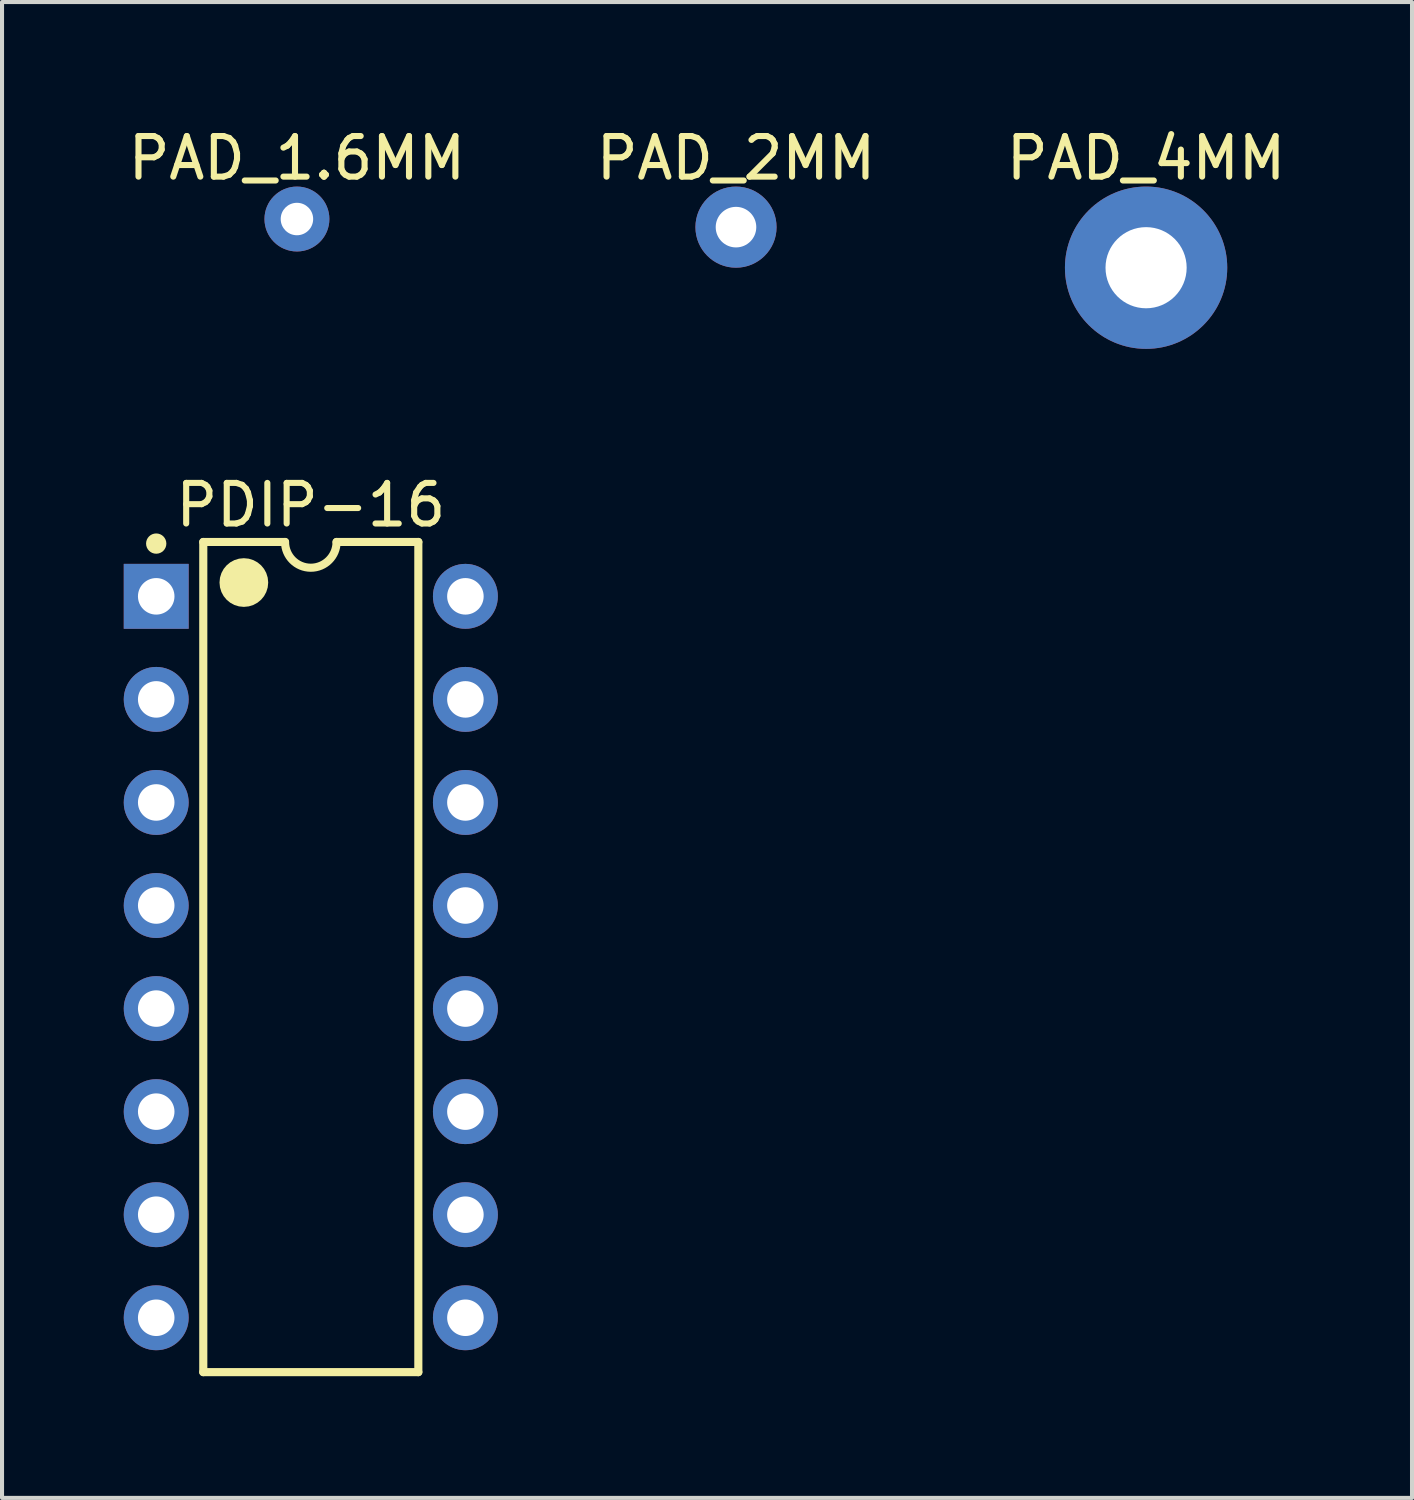
<source format=kicad_pcb>
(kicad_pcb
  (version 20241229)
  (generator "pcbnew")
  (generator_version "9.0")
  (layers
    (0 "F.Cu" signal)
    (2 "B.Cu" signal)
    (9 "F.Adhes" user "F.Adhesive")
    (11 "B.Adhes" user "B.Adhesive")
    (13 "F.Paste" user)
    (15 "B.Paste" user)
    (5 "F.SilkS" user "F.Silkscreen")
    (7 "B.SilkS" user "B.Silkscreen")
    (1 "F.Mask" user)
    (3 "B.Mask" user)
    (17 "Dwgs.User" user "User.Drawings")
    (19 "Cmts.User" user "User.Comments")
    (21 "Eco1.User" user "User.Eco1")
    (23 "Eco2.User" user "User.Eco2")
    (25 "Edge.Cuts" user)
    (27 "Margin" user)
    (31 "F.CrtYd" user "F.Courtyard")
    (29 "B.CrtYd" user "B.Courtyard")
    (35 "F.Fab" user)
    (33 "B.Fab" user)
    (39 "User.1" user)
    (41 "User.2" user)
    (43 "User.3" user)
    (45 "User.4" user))
  (footprint "PAD_2MM"
    (layer "F.Cu")
    (at 15.089 2.548)
    (property "Reference" "PAD_2MM" (at 0 -1.7 0) (layer "F.SilkS") (effects (font (size 1 1) (thickness 0.15))))
    (pad "1" thru_hole circle (at 0 0) (size 2 2) (drill 1) (layers "*.Cu" "*.Mask")))
  (footprint "PAD_1.6MM"
    (layer "F.Cu")
    (at 4.268 2.348)
    (property "Reference" "PAD_1.6MM" (at 0 -1.5 0) (layer "F.SilkS") (effects (font (size 1 1) (thickness 0.15))))
    (pad "1" thru_hole circle (at 0 0) (size 1.6 1.6) (drill 0.8) (layers "*.Cu" "*.Mask")))
  (footprint "PAD_4MM"
    (layer "F.Cu")
    (at 25.196 3.548)
    (property "Reference" "PAD_4MM" (at 0 -2.7 0) (layer "F.SilkS") (effects (font (size 1 1) (thickness 0.15))))
    (pad "1" thru_hole circle (at 0 0) (size 4 4) (drill 2) (layers "*.Cu" "*.Mask")))
  (footprint "PDIP-16"
    (layer "F.Cu")
    (at 4.61 20.537)
    (property "Reference" "PDIP-16" (at 0 -11.14 0) (layer "F.SilkS") (effects (font (size 1 1) (thickness 0.15))))
    (fp_line (start -2.65 -10.23) (end -0.635 -10.23) (stroke (width 0.2) (type solid)) (layer "F.SilkS"))
    (fp_line (start -2.65 10.23) (end -2.65 -10.23) (stroke (width 0.2) (type solid)) (layer "F.SilkS"))
    (fp_line (start -2.65 10.23) (end 2.65 10.23) (stroke (width 0.2) (type solid)) (layer "F.SilkS"))
    (fp_line (start 0.635 -10.23) (end 2.65 -10.23) (stroke (width 0.2) (type solid)) (layer "F.SilkS"))
    (fp_line (start 2.65 10.23) (end 2.65 -10.23) (stroke (width 0.2) (type solid)) (layer "F.SilkS"))
    (fp_arc (start 0.635 -10.23) (mid 0 -9.595) (end -0.635 -10.23) (stroke (width 0.2) (type solid)) (layer "F.SilkS"))
    (fp_circle (center -3.81 -10.19) (end -3.81 -10.315) (stroke (width 0.25) (type solid)) (fill no) (layer "F.SilkS"))
    (fp_circle (center -1.65 -9.23) (end -1.65 -9.53) (stroke (width 0.6) (type solid)) (fill no) (layer "F.SilkS"))
    (pad "1" thru_hole rect (at -3.81 -8.89) (size 1.6 1.6) (drill 0.9) (layers "*.Cu" "*.Mask"))
    (pad "2" thru_hole circle (at -3.81 -6.35) (size 1.6 1.6) (drill 0.9) (layers "*.Cu" "*.Mask"))
    (pad "3" thru_hole circle (at -3.81 -3.81) (size 1.6 1.6) (drill 0.9) (layers "*.Cu" "*.Mask"))
    (pad "4" thru_hole circle (at -3.81 -1.27) (size 1.6 1.6) (drill 0.9) (layers "*.Cu" "*.Mask"))
    (pad "5" thru_hole circle (at -3.81 1.27) (size 1.6 1.6) (drill 0.9) (layers "*.Cu" "*.Mask"))
    (pad "6" thru_hole circle (at -3.81 3.81) (size 1.6 1.6) (drill 0.9) (layers "*.Cu" "*.Mask"))
    (pad "7" thru_hole circle (at -3.81 6.35) (size 1.6 1.6) (drill 0.9) (layers "*.Cu" "*.Mask"))
    (pad "8" thru_hole circle (at -3.81 8.89) (size 1.6 1.6) (drill 0.9) (layers "*.Cu" "*.Mask"))
    (pad "9" thru_hole circle (at 3.81 8.89) (size 1.6 1.6) (drill 0.9) (layers "*.Cu" "*.Mask"))
    (pad "10" thru_hole circle (at 3.81 6.35) (size 1.6 1.6) (drill 0.9) (layers "*.Cu" "*.Mask"))
    (pad "11" thru_hole circle (at 3.81 3.81) (size 1.6 1.6) (drill 0.9) (layers "*.Cu" "*.Mask"))
    (pad "12" thru_hole circle (at 3.81 1.27) (size 1.6 1.6) (drill 0.9) (layers "*.Cu" "*.Mask"))
    (pad "13" thru_hole circle (at 3.81 -1.27) (size 1.6 1.6) (drill 0.9) (layers "*.Cu" "*.Mask"))
    (pad "14" thru_hole circle (at 3.81 -3.81) (size 1.6 1.6) (drill 0.9) (layers "*.Cu" "*.Mask"))
    (pad "15" thru_hole circle (at 3.81 -6.35) (size 1.6 1.6) (drill 0.9) (layers "*.Cu" "*.Mask"))
    (pad "16" thru_hole circle (at 3.81 -8.89) (size 1.6 1.6) (drill 0.9) (layers "*.Cu" "*.Mask")))
  (gr_rect
    (start -3 -3)
    (end 31.75 33.867)
    (stroke (width 0.1) (type default))
    (fill no)
    (layer "Edge.Cuts")))
</source>
